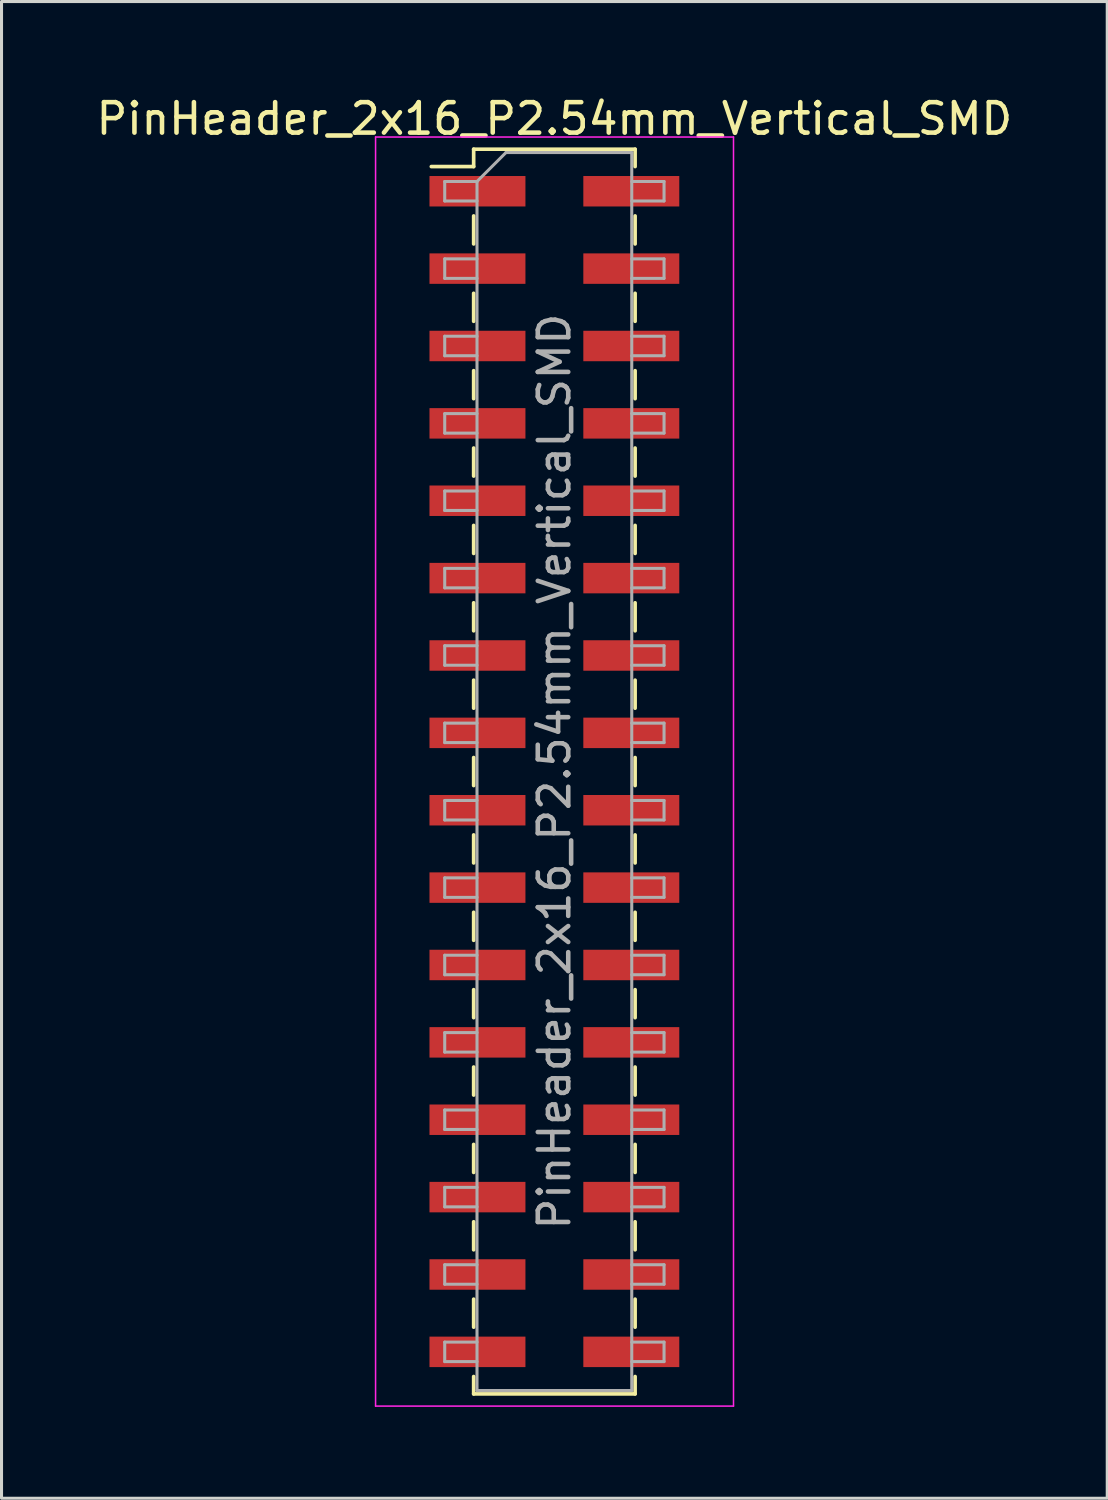
<source format=kicad_pcb>
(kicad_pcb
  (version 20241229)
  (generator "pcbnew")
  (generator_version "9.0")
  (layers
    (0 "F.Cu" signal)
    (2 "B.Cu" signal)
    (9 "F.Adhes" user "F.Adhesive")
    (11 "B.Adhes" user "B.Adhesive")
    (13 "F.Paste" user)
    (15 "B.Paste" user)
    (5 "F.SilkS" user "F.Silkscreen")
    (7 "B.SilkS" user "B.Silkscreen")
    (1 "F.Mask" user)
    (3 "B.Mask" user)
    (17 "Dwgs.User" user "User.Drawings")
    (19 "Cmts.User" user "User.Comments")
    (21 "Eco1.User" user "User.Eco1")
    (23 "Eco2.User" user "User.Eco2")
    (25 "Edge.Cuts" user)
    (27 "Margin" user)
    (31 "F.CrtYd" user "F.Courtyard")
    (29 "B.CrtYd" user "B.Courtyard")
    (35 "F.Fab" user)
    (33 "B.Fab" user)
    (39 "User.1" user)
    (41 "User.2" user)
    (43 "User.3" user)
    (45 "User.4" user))
  (footprint "PinHeader_2x16_P2.54mm_Vertical_SMD"
    (layer "F.Cu")
    (at 15.149 22.278)
    (property "Reference" "PinHeader_2x16_P2.54mm_Vertical_SMD" (at 0 -21.43 0) (layer "F.SilkS") (effects (font (size 1 1) (thickness 0.15))))
    (attr smd)
    (fp_line (start -4.04 -19.86) (end -2.65 -19.86) (stroke (width 0.12) (type solid)) (layer "F.SilkS"))
    (fp_line (start -2.65 -20.43) (end -2.65 -19.86) (stroke (width 0.12) (type solid)) (layer "F.SilkS"))
    (fp_line (start -2.65 -20.43) (end 2.65 -20.43) (stroke (width 0.12) (type solid)) (layer "F.SilkS"))
    (fp_line (start -2.65 -18.24) (end -2.65 -17.32) (stroke (width 0.12) (type solid)) (layer "F.SilkS"))
    (fp_line (start -2.65 -15.7) (end -2.65 -14.78) (stroke (width 0.12) (type solid)) (layer "F.SilkS"))
    (fp_line (start -2.65 -13.16) (end -2.65 -12.24) (stroke (width 0.12) (type solid)) (layer "F.SilkS"))
    (fp_line (start -2.65 -10.62) (end -2.65 -9.7) (stroke (width 0.12) (type solid)) (layer "F.SilkS"))
    (fp_line (start -2.65 -8.08) (end -2.65 -7.16) (stroke (width 0.12) (type solid)) (layer "F.SilkS"))
    (fp_line (start -2.65 -5.54) (end -2.65 -4.62) (stroke (width 0.12) (type solid)) (layer "F.SilkS"))
    (fp_line (start -2.65 -3) (end -2.65 -2.08) (stroke (width 0.12) (type solid)) (layer "F.SilkS"))
    (fp_line (start -2.65 -0.46) (end -2.65 0.46) (stroke (width 0.12) (type solid)) (layer "F.SilkS"))
    (fp_line (start -2.65 2.08) (end -2.65 3) (stroke (width 0.12) (type solid)) (layer "F.SilkS"))
    (fp_line (start -2.65 4.62) (end -2.65 5.54) (stroke (width 0.12) (type solid)) (layer "F.SilkS"))
    (fp_line (start -2.65 7.16) (end -2.65 8.08) (stroke (width 0.12) (type solid)) (layer "F.SilkS"))
    (fp_line (start -2.65 9.7) (end -2.65 10.62) (stroke (width 0.12) (type solid)) (layer "F.SilkS"))
    (fp_line (start -2.65 12.24) (end -2.65 13.16) (stroke (width 0.12) (type solid)) (layer "F.SilkS"))
    (fp_line (start -2.65 14.78) (end -2.65 15.7) (stroke (width 0.12) (type solid)) (layer "F.SilkS"))
    (fp_line (start -2.65 17.32) (end -2.65 18.24) (stroke (width 0.12) (type solid)) (layer "F.SilkS"))
    (fp_line (start -2.65 19.86) (end -2.65 20.43) (stroke (width 0.12) (type solid)) (layer "F.SilkS"))
    (fp_line (start -2.65 20.43) (end 2.65 20.43) (stroke (width 0.12) (type solid)) (layer "F.SilkS"))
    (fp_line (start 2.65 -20.43) (end 2.65 -19.86) (stroke (width 0.12) (type solid)) (layer "F.SilkS"))
    (fp_line (start 2.65 -18.24) (end 2.65 -17.32) (stroke (width 0.12) (type solid)) (layer "F.SilkS"))
    (fp_line (start 2.65 -15.7) (end 2.65 -14.78) (stroke (width 0.12) (type solid)) (layer "F.SilkS"))
    (fp_line (start 2.65 -13.16) (end 2.65 -12.24) (stroke (width 0.12) (type solid)) (layer "F.SilkS"))
    (fp_line (start 2.65 -10.62) (end 2.65 -9.7) (stroke (width 0.12) (type solid)) (layer "F.SilkS"))
    (fp_line (start 2.65 -8.08) (end 2.65 -7.16) (stroke (width 0.12) (type solid)) (layer "F.SilkS"))
    (fp_line (start 2.65 -5.54) (end 2.65 -4.62) (stroke (width 0.12) (type solid)) (layer "F.SilkS"))
    (fp_line (start 2.65 -3) (end 2.65 -2.08) (stroke (width 0.12) (type solid)) (layer "F.SilkS"))
    (fp_line (start 2.65 -0.46) (end 2.65 0.46) (stroke (width 0.12) (type solid)) (layer "F.SilkS"))
    (fp_line (start 2.65 2.08) (end 2.65 3) (stroke (width 0.12) (type solid)) (layer "F.SilkS"))
    (fp_line (start 2.65 4.62) (end 2.65 5.54) (stroke (width 0.12) (type solid)) (layer "F.SilkS"))
    (fp_line (start 2.65 7.16) (end 2.65 8.08) (stroke (width 0.12) (type solid)) (layer "F.SilkS"))
    (fp_line (start 2.65 9.7) (end 2.65 10.62) (stroke (width 0.12) (type solid)) (layer "F.SilkS"))
    (fp_line (start 2.65 12.24) (end 2.65 13.16) (stroke (width 0.12) (type solid)) (layer "F.SilkS"))
    (fp_line (start 2.65 14.78) (end 2.65 15.7) (stroke (width 0.12) (type solid)) (layer "F.SilkS"))
    (fp_line (start 2.65 17.32) (end 2.65 18.24) (stroke (width 0.12) (type solid)) (layer "F.SilkS"))
    (fp_line (start 2.65 19.86) (end 2.65 20.43) (stroke (width 0.12) (type solid)) (layer "F.SilkS"))
    (fp_line (start -5.87 -20.83) (end -5.87 20.83) (stroke (width 0.05) (type solid)) (layer "F.CrtYd"))
    (fp_line (start -5.87 20.83) (end 5.88 20.83) (stroke (width 0.05) (type solid)) (layer "F.CrtYd"))
    (fp_line (start 5.88 -20.83) (end -5.87 -20.83) (stroke (width 0.05) (type solid)) (layer "F.CrtYd"))
    (fp_line (start 5.88 20.83) (end 5.88 -20.83) (stroke (width 0.05) (type solid)) (layer "F.CrtYd"))
    (fp_line (start -3.6 -19.37) (end -3.6 -18.73) (stroke (width 0.1) (type solid)) (layer "F.Fab"))
    (fp_line (start -3.6 -18.73) (end -2.54 -18.73) (stroke (width 0.1) (type solid)) (layer "F.Fab"))
    (fp_line (start -3.6 -16.83) (end -3.6 -16.19) (stroke (width 0.1) (type solid)) (layer "F.Fab"))
    (fp_line (start -3.6 -16.19) (end -2.54 -16.19) (stroke (width 0.1) (type solid)) (layer "F.Fab"))
    (fp_line (start -3.6 -14.29) (end -3.6 -13.65) (stroke (width 0.1) (type solid)) (layer "F.Fab"))
    (fp_line (start -3.6 -13.65) (end -2.54 -13.65) (stroke (width 0.1) (type solid)) (layer "F.Fab"))
    (fp_line (start -3.6 -11.75) (end -3.6 -11.11) (stroke (width 0.1) (type solid)) (layer "F.Fab"))
    (fp_line (start -3.6 -11.11) (end -2.54 -11.11) (stroke (width 0.1) (type solid)) (layer "F.Fab"))
    (fp_line (start -3.6 -9.21) (end -3.6 -8.57) (stroke (width 0.1) (type solid)) (layer "F.Fab"))
    (fp_line (start -3.6 -8.57) (end -2.54 -8.57) (stroke (width 0.1) (type solid)) (layer "F.Fab"))
    (fp_line (start -3.6 -6.67) (end -3.6 -6.03) (stroke (width 0.1) (type solid)) (layer "F.Fab"))
    (fp_line (start -3.6 -6.03) (end -2.54 -6.03) (stroke (width 0.1) (type solid)) (layer "F.Fab"))
    (fp_line (start -3.6 -4.13) (end -3.6 -3.49) (stroke (width 0.1) (type solid)) (layer "F.Fab"))
    (fp_line (start -3.6 -3.49) (end -2.54 -3.49) (stroke (width 0.1) (type solid)) (layer "F.Fab"))
    (fp_line (start -3.6 -1.59) (end -3.6 -0.95) (stroke (width 0.1) (type solid)) (layer "F.Fab"))
    (fp_line (start -3.6 -0.95) (end -2.54 -0.95) (stroke (width 0.1) (type solid)) (layer "F.Fab"))
    (fp_line (start -3.6 0.95) (end -3.6 1.59) (stroke (width 0.1) (type solid)) (layer "F.Fab"))
    (fp_line (start -3.6 1.59) (end -2.54 1.59) (stroke (width 0.1) (type solid)) (layer "F.Fab"))
    (fp_line (start -3.6 3.49) (end -3.6 4.13) (stroke (width 0.1) (type solid)) (layer "F.Fab"))
    (fp_line (start -3.6 4.13) (end -2.54 4.13) (stroke (width 0.1) (type solid)) (layer "F.Fab"))
    (fp_line (start -3.6 6.03) (end -3.6 6.67) (stroke (width 0.1) (type solid)) (layer "F.Fab"))
    (fp_line (start -3.6 6.67) (end -2.54 6.67) (stroke (width 0.1) (type solid)) (layer "F.Fab"))
    (fp_line (start -3.6 8.57) (end -3.6 9.21) (stroke (width 0.1) (type solid)) (layer "F.Fab"))
    (fp_line (start -3.6 9.21) (end -2.54 9.21) (stroke (width 0.1) (type solid)) (layer "F.Fab"))
    (fp_line (start -3.6 11.11) (end -3.6 11.75) (stroke (width 0.1) (type solid)) (layer "F.Fab"))
    (fp_line (start -3.6 11.75) (end -2.54 11.75) (stroke (width 0.1) (type solid)) (layer "F.Fab"))
    (fp_line (start -3.6 13.65) (end -3.6 14.29) (stroke (width 0.1) (type solid)) (layer "F.Fab"))
    (fp_line (start -3.6 14.29) (end -2.54 14.29) (stroke (width 0.1) (type solid)) (layer "F.Fab"))
    (fp_line (start -3.6 16.19) (end -3.6 16.83) (stroke (width 0.1) (type solid)) (layer "F.Fab"))
    (fp_line (start -3.6 16.83) (end -2.54 16.83) (stroke (width 0.1) (type solid)) (layer "F.Fab"))
    (fp_line (start -3.6 18.73) (end -3.6 19.37) (stroke (width 0.1) (type solid)) (layer "F.Fab"))
    (fp_line (start -3.6 19.37) (end -2.54 19.37) (stroke (width 0.1) (type solid)) (layer "F.Fab"))
    (fp_line (start -2.54 -19.37) (end -3.6 -19.37) (stroke (width 0.1) (type solid)) (layer "F.Fab"))
    (fp_line (start -2.54 -19.37) (end -1.59 -20.32) (stroke (width 0.1) (type solid)) (layer "F.Fab"))
    (fp_line (start -2.54 -16.83) (end -3.6 -16.83) (stroke (width 0.1) (type solid)) (layer "F.Fab"))
    (fp_line (start -2.54 -14.29) (end -3.6 -14.29) (stroke (width 0.1) (type solid)) (layer "F.Fab"))
    (fp_line (start -2.54 -11.75) (end -3.6 -11.75) (stroke (width 0.1) (type solid)) (layer "F.Fab"))
    (fp_line (start -2.54 -9.21) (end -3.6 -9.21) (stroke (width 0.1) (type solid)) (layer "F.Fab"))
    (fp_line (start -2.54 -6.67) (end -3.6 -6.67) (stroke (width 0.1) (type solid)) (layer "F.Fab"))
    (fp_line (start -2.54 -4.13) (end -3.6 -4.13) (stroke (width 0.1) (type solid)) (layer "F.Fab"))
    (fp_line (start -2.54 -1.59) (end -3.6 -1.59) (stroke (width 0.1) (type solid)) (layer "F.Fab"))
    (fp_line (start -2.54 0.95) (end -3.6 0.95) (stroke (width 0.1) (type solid)) (layer "F.Fab"))
    (fp_line (start -2.54 3.49) (end -3.6 3.49) (stroke (width 0.1) (type solid)) (layer "F.Fab"))
    (fp_line (start -2.54 6.03) (end -3.6 6.03) (stroke (width 0.1) (type solid)) (layer "F.Fab"))
    (fp_line (start -2.54 8.57) (end -3.6 8.57) (stroke (width 0.1) (type solid)) (layer "F.Fab"))
    (fp_line (start -2.54 11.11) (end -3.6 11.11) (stroke (width 0.1) (type solid)) (layer "F.Fab"))
    (fp_line (start -2.54 13.65) (end -3.6 13.65) (stroke (width 0.1) (type solid)) (layer "F.Fab"))
    (fp_line (start -2.54 16.19) (end -3.6 16.19) (stroke (width 0.1) (type solid)) (layer "F.Fab"))
    (fp_line (start -2.54 18.73) (end -3.6 18.73) (stroke (width 0.1) (type solid)) (layer "F.Fab"))
    (fp_line (start -2.54 20.32) (end -2.54 -19.37) (stroke (width 0.1) (type solid)) (layer "F.Fab"))
    (fp_line (start -1.59 -20.32) (end 2.54 -20.32) (stroke (width 0.1) (type solid)) (layer "F.Fab"))
    (fp_line (start 2.54 -20.32) (end 2.54 20.32) (stroke (width 0.1) (type solid)) (layer "F.Fab"))
    (fp_line (start 2.54 -19.37) (end 3.6 -19.37) (stroke (width 0.1) (type solid)) (layer "F.Fab"))
    (fp_line (start 2.54 -16.83) (end 3.6 -16.83) (stroke (width 0.1) (type solid)) (layer "F.Fab"))
    (fp_line (start 2.54 -14.29) (end 3.6 -14.29) (stroke (width 0.1) (type solid)) (layer "F.Fab"))
    (fp_line (start 2.54 -11.75) (end 3.6 -11.75) (stroke (width 0.1) (type solid)) (layer "F.Fab"))
    (fp_line (start 2.54 -9.21) (end 3.6 -9.21) (stroke (width 0.1) (type solid)) (layer "F.Fab"))
    (fp_line (start 2.54 -6.67) (end 3.6 -6.67) (stroke (width 0.1) (type solid)) (layer "F.Fab"))
    (fp_line (start 2.54 -4.13) (end 3.6 -4.13) (stroke (width 0.1) (type solid)) (layer "F.Fab"))
    (fp_line (start 2.54 -1.59) (end 3.6 -1.59) (stroke (width 0.1) (type solid)) (layer "F.Fab"))
    (fp_line (start 2.54 0.95) (end 3.6 0.95) (stroke (width 0.1) (type solid)) (layer "F.Fab"))
    (fp_line (start 2.54 3.49) (end 3.6 3.49) (stroke (width 0.1) (type solid)) (layer "F.Fab"))
    (fp_line (start 2.54 6.03) (end 3.6 6.03) (stroke (width 0.1) (type solid)) (layer "F.Fab"))
    (fp_line (start 2.54 8.57) (end 3.6 8.57) (stroke (width 0.1) (type solid)) (layer "F.Fab"))
    (fp_line (start 2.54 11.11) (end 3.6 11.11) (stroke (width 0.1) (type solid)) (layer "F.Fab"))
    (fp_line (start 2.54 13.65) (end 3.6 13.65) (stroke (width 0.1) (type solid)) (layer "F.Fab"))
    (fp_line (start 2.54 16.19) (end 3.6 16.19) (stroke (width 0.1) (type solid)) (layer "F.Fab"))
    (fp_line (start 2.54 18.73) (end 3.6 18.73) (stroke (width 0.1) (type solid)) (layer "F.Fab"))
    (fp_line (start 2.54 20.32) (end -2.54 20.32) (stroke (width 0.1) (type solid)) (layer "F.Fab"))
    (fp_line (start 3.6 -19.37) (end 3.6 -18.73) (stroke (width 0.1) (type solid)) (layer "F.Fab"))
    (fp_line (start 3.6 -18.73) (end 2.54 -18.73) (stroke (width 0.1) (type solid)) (layer "F.Fab"))
    (fp_line (start 3.6 -16.83) (end 3.6 -16.19) (stroke (width 0.1) (type solid)) (layer "F.Fab"))
    (fp_line (start 3.6 -16.19) (end 2.54 -16.19) (stroke (width 0.1) (type solid)) (layer "F.Fab"))
    (fp_line (start 3.6 -14.29) (end 3.6 -13.65) (stroke (width 0.1) (type solid)) (layer "F.Fab"))
    (fp_line (start 3.6 -13.65) (end 2.54 -13.65) (stroke (width 0.1) (type solid)) (layer "F.Fab"))
    (fp_line (start 3.6 -11.75) (end 3.6 -11.11) (stroke (width 0.1) (type solid)) (layer "F.Fab"))
    (fp_line (start 3.6 -11.11) (end 2.54 -11.11) (stroke (width 0.1) (type solid)) (layer "F.Fab"))
    (fp_line (start 3.6 -9.21) (end 3.6 -8.57) (stroke (width 0.1) (type solid)) (layer "F.Fab"))
    (fp_line (start 3.6 -8.57) (end 2.54 -8.57) (stroke (width 0.1) (type solid)) (layer "F.Fab"))
    (fp_line (start 3.6 -6.67) (end 3.6 -6.03) (stroke (width 0.1) (type solid)) (layer "F.Fab"))
    (fp_line (start 3.6 -6.03) (end 2.54 -6.03) (stroke (width 0.1) (type solid)) (layer "F.Fab"))
    (fp_line (start 3.6 -4.13) (end 3.6 -3.49) (stroke (width 0.1) (type solid)) (layer "F.Fab"))
    (fp_line (start 3.6 -3.49) (end 2.54 -3.49) (stroke (width 0.1) (type solid)) (layer "F.Fab"))
    (fp_line (start 3.6 -1.59) (end 3.6 -0.95) (stroke (width 0.1) (type solid)) (layer "F.Fab"))
    (fp_line (start 3.6 -0.95) (end 2.54 -0.95) (stroke (width 0.1) (type solid)) (layer "F.Fab"))
    (fp_line (start 3.6 0.95) (end 3.6 1.59) (stroke (width 0.1) (type solid)) (layer "F.Fab"))
    (fp_line (start 3.6 1.59) (end 2.54 1.59) (stroke (width 0.1) (type solid)) (layer "F.Fab"))
    (fp_line (start 3.6 3.49) (end 3.6 4.13) (stroke (width 0.1) (type solid)) (layer "F.Fab"))
    (fp_line (start 3.6 4.13) (end 2.54 4.13) (stroke (width 0.1) (type solid)) (layer "F.Fab"))
    (fp_line (start 3.6 6.03) (end 3.6 6.67) (stroke (width 0.1) (type solid)) (layer "F.Fab"))
    (fp_line (start 3.6 6.67) (end 2.54 6.67) (stroke (width 0.1) (type solid)) (layer "F.Fab"))
    (fp_line (start 3.6 8.57) (end 3.6 9.21) (stroke (width 0.1) (type solid)) (layer "F.Fab"))
    (fp_line (start 3.6 9.21) (end 2.54 9.21) (stroke (width 0.1) (type solid)) (layer "F.Fab"))
    (fp_line (start 3.6 11.11) (end 3.6 11.75) (stroke (width 0.1) (type solid)) (layer "F.Fab"))
    (fp_line (start 3.6 11.75) (end 2.54 11.75) (stroke (width 0.1) (type solid)) (layer "F.Fab"))
    (fp_line (start 3.6 13.65) (end 3.6 14.29) (stroke (width 0.1) (type solid)) (layer "F.Fab"))
    (fp_line (start 3.6 14.29) (end 2.54 14.29) (stroke (width 0.1) (type solid)) (layer "F.Fab"))
    (fp_line (start 3.6 16.19) (end 3.6 16.83) (stroke (width 0.1) (type solid)) (layer "F.Fab"))
    (fp_line (start 3.6 16.83) (end 2.54 16.83) (stroke (width 0.1) (type solid)) (layer "F.Fab"))
    (fp_line (start 3.6 18.73) (end 3.6 19.37) (stroke (width 0.1) (type solid)) (layer "F.Fab"))
    (fp_line (start 3.6 19.37) (end 2.54 19.37) (stroke (width 0.1) (type solid)) (layer "F.Fab"))
    (fp_text user "${REFERENCE}" (at 0 0 90) (layer "F.Fab") (effects (font (size 1 1) (thickness 0.15))))
    (pad "1" smd rect (at -2.525 -19.05) (size 3.15 1) (layers "F.Cu" "F.Mask" "F.Paste"))
    (pad "2" smd rect (at 2.525 -19.05) (size 3.15 1) (layers "F.Cu" "F.Mask" "F.Paste"))
    (pad "3" smd rect (at -2.525 -16.51) (size 3.15 1) (layers "F.Cu" "F.Mask" "F.Paste"))
    (pad "4" smd rect (at 2.525 -16.51) (size 3.15 1) (layers "F.Cu" "F.Mask" "F.Paste"))
    (pad "5" smd rect (at -2.525 -13.97) (size 3.15 1) (layers "F.Cu" "F.Mask" "F.Paste"))
    (pad "6" smd rect (at 2.525 -13.97) (size 3.15 1) (layers "F.Cu" "F.Mask" "F.Paste"))
    (pad "7" smd rect (at -2.525 -11.43) (size 3.15 1) (layers "F.Cu" "F.Mask" "F.Paste"))
    (pad "8" smd rect (at 2.525 -11.43) (size 3.15 1) (layers "F.Cu" "F.Mask" "F.Paste"))
    (pad "9" smd rect (at -2.525 -8.89) (size 3.15 1) (layers "F.Cu" "F.Mask" "F.Paste"))
    (pad "10" smd rect (at 2.525 -8.89) (size 3.15 1) (layers "F.Cu" "F.Mask" "F.Paste"))
    (pad "11" smd rect (at -2.525 -6.35) (size 3.15 1) (layers "F.Cu" "F.Mask" "F.Paste"))
    (pad "12" smd rect (at 2.525 -6.35) (size 3.15 1) (layers "F.Cu" "F.Mask" "F.Paste"))
    (pad "13" smd rect (at -2.525 -3.81) (size 3.15 1) (layers "F.Cu" "F.Mask" "F.Paste"))
    (pad "14" smd rect (at 2.525 -3.81) (size 3.15 1) (layers "F.Cu" "F.Mask" "F.Paste"))
    (pad "15" smd rect (at -2.525 -1.27) (size 3.15 1) (layers "F.Cu" "F.Mask" "F.Paste"))
    (pad "16" smd rect (at 2.525 -1.27) (size 3.15 1) (layers "F.Cu" "F.Mask" "F.Paste"))
    (pad "17" smd rect (at -2.525 1.27) (size 3.15 1) (layers "F.Cu" "F.Mask" "F.Paste"))
    (pad "18" smd rect (at 2.525 1.27) (size 3.15 1) (layers "F.Cu" "F.Mask" "F.Paste"))
    (pad "19" smd rect (at -2.525 3.81) (size 3.15 1) (layers "F.Cu" "F.Mask" "F.Paste"))
    (pad "20" smd rect (at 2.525 3.81) (size 3.15 1) (layers "F.Cu" "F.Mask" "F.Paste"))
    (pad "21" smd rect (at -2.525 6.35) (size 3.15 1) (layers "F.Cu" "F.Mask" "F.Paste"))
    (pad "22" smd rect (at 2.525 6.35) (size 3.15 1) (layers "F.Cu" "F.Mask" "F.Paste"))
    (pad "23" smd rect (at -2.525 8.89) (size 3.15 1) (layers "F.Cu" "F.Mask" "F.Paste"))
    (pad "24" smd rect (at 2.525 8.89) (size 3.15 1) (layers "F.Cu" "F.Mask" "F.Paste"))
    (pad "25" smd rect (at -2.525 11.43) (size 3.15 1) (layers "F.Cu" "F.Mask" "F.Paste"))
    (pad "26" smd rect (at 2.525 11.43) (size 3.15 1) (layers "F.Cu" "F.Mask" "F.Paste"))
    (pad "27" smd rect (at -2.525 13.97) (size 3.15 1) (layers "F.Cu" "F.Mask" "F.Paste"))
    (pad "28" smd rect (at 2.525 13.97) (size 3.15 1) (layers "F.Cu" "F.Mask" "F.Paste"))
    (pad "29" smd rect (at -2.525 16.51) (size 3.15 1) (layers "F.Cu" "F.Mask" "F.Paste"))
    (pad "30" smd rect (at 2.525 16.51) (size 3.15 1) (layers "F.Cu" "F.Mask" "F.Paste"))
    (pad "31" smd rect (at -2.525 19.05) (size 3.15 1) (layers "F.Cu" "F.Mask" "F.Paste"))
    (pad "32" smd rect (at 2.525 19.05) (size 3.15 1) (layers "F.Cu" "F.Mask" "F.Paste")))
  (gr_rect
    (start -3 -3)
    (end 33.298 46.133)
    (stroke (width 0.1) (type default))
    (fill no)
    (layer "Edge.Cuts")))
</source>
